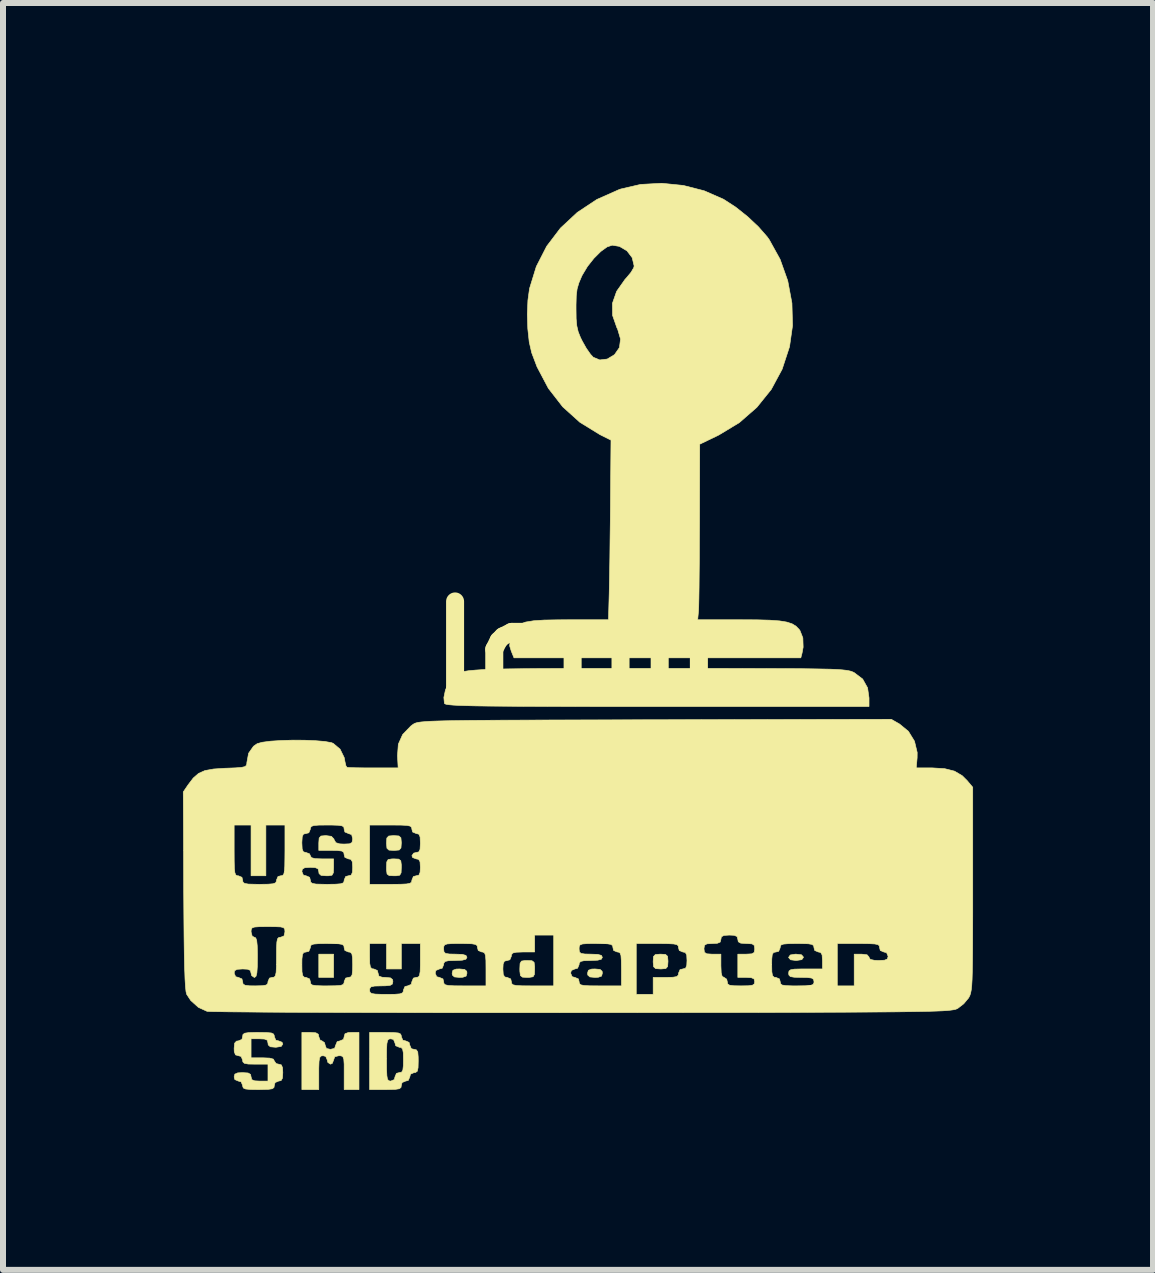
<source format=kicad_pcb>
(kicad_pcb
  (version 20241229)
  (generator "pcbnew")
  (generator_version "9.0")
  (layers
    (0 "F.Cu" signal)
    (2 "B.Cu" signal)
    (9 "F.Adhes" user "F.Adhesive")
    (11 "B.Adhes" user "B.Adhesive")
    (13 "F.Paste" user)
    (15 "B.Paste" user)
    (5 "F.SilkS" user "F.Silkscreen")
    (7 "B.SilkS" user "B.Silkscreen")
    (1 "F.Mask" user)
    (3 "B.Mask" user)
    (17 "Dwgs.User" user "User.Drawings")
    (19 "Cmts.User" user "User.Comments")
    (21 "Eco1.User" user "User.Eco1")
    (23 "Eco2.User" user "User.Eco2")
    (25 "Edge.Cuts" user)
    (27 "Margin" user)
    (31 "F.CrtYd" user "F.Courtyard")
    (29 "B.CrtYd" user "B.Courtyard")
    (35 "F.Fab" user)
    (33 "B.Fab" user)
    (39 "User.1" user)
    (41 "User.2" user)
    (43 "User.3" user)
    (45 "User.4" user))
  (footprint "Icon"
    (layer "F.Cu")
    (at 6.568 7.81)
    (property "Reference" "Icon" (at 0 0 0) (layer "F.SilkS") (effects (font (size 1.524 1.524) (thickness 0.3))))
    (attr through_hole)
    (fp_poly (pts (xy -4.057 5.433) (xy -4.304 5.433) (xy -4.304 5.045) (xy -4.057 5.045) (xy -4.057 5.433)) (stroke (width 0.01) (type solid)) (fill yes) (layer "F.SilkS"))
    (fp_poly (pts (xy -1.873 5.3) (xy -1.838 5.33) (xy -1.834 5.362) (xy -1.848 5.411) (xy -1.902 5.43) (xy -1.958 5.433) (xy -2.043 5.425) (xy -2.077 5.394) (xy -2.081 5.362) (xy -2.068 5.314) (xy -2.014 5.294) (xy -1.958 5.292) (xy -1.873 5.3)) (stroke (width 0.01) (type solid)) (fill yes) (layer "F.SilkS"))
    (fp_poly (pts (xy 0.385 5.3) (xy 0.419 5.33) (xy 0.423 5.362) (xy 0.41 5.411) (xy 0.356 5.43) (xy 0.3 5.433) (xy 0.215 5.425) (xy 0.18 5.394) (xy 0.176 5.362) (xy 0.19 5.314) (xy 0.244 5.294) (xy 0.3 5.292) (xy 0.385 5.3)) (stroke (width 0.01) (type solid)) (fill yes) (layer "F.SilkS"))
    (fp_poly (pts (xy 3.743 5.056) (xy 3.774 5.093) (xy 3.775 5.098) (xy 3.748 5.137) (xy 3.662 5.15) (xy 3.651 5.151) (xy 3.56 5.139) (xy 3.528 5.102) (xy 3.528 5.098) (xy 3.555 5.059) (xy 3.64 5.045) (xy 3.651 5.045) (xy 3.743 5.056)) (stroke (width 0.01) (type solid)) (fill yes) (layer "F.SilkS"))
    (fp_poly (pts (xy -2.972 3.461) (xy -2.937 3.488) (xy -2.928 3.557) (xy -2.928 3.598) (xy -2.932 3.689) (xy -2.955 3.729) (xy -3.015 3.739) (xy -3.052 3.739) (xy -3.131 3.735) (xy -3.166 3.709) (xy -3.175 3.64) (xy -3.175 3.598) (xy -3.171 3.508) (xy -3.148 3.468) (xy -3.088 3.458) (xy -3.052 3.457) (xy -2.972 3.461)) (stroke (width 0.01) (type solid)) (fill yes) (layer "F.SilkS"))
    (fp_poly (pts (xy -2.969 3.075) (xy -2.935 3.105) (xy -2.928 3.183) (xy -2.928 3.193) (xy -2.934 3.275) (xy -2.964 3.309) (xy -3.042 3.316) (xy -3.052 3.316) (xy -3.134 3.311) (xy -3.168 3.28) (xy -3.175 3.202) (xy -3.175 3.193) (xy -3.17 3.11) (xy -3.139 3.076) (xy -3.061 3.069) (xy -3.052 3.069) (xy -2.969 3.075)) (stroke (width 0.01) (type solid)) (fill yes) (layer "F.SilkS"))
    (fp_poly (pts (xy -0.75 5.155) (xy -0.715 5.181) (xy -0.706 5.25) (xy -0.706 5.292) (xy -0.709 5.382) (xy -0.732 5.422) (xy -0.793 5.432) (xy -0.829 5.433) (xy -0.908 5.429) (xy -0.943 5.402) (xy -0.952 5.333) (xy -0.953 5.292) (xy -0.949 5.201) (xy -0.926 5.161) (xy -0.865 5.151) (xy -0.829 5.151) (xy -0.75 5.155)) (stroke (width 0.01) (type solid)) (fill yes) (layer "F.SilkS"))
    (fp_poly (pts (xy 1.476 5.05) (xy 1.51 5.081) (xy 1.517 5.159) (xy 1.517 5.168) (xy 1.511 5.251) (xy 1.481 5.285) (xy 1.403 5.292) (xy 1.393 5.292) (xy 1.311 5.286) (xy 1.277 5.255) (xy 1.27 5.178) (xy 1.27 5.168) (xy 1.275 5.085) (xy 1.306 5.052) (xy 1.384 5.045) (xy 1.393 5.045) (xy 1.476 5.05)) (stroke (width 0.01) (type solid)) (fill yes) (layer "F.SilkS"))
    (fp_poly (pts (xy -4.353 6.356) (xy -4.312 6.38) (xy -4.304 6.421) (xy -4.282 6.478) (xy -4.251 6.491) (xy -4.208 6.521) (xy -4.198 6.562) (xy -4.177 6.617) (xy -4.11 6.632) (xy -4.041 6.616) (xy -4.022 6.562) (xy -3.997 6.503) (xy -3.951 6.491) (xy -3.892 6.466) (xy -3.881 6.421) (xy -3.867 6.372) (xy -3.813 6.352) (xy -3.757 6.35) (xy -3.634 6.35) (xy -3.634 7.303) (xy -3.881 7.303) (xy -3.881 7.02) (xy -3.881 6.88) (xy -3.887 6.796) (xy -3.903 6.754) (xy -3.932 6.74) (xy -3.969 6.738) (xy -4.038 6.755) (xy -4.057 6.809) (xy -4.079 6.866) (xy -4.11 6.879) (xy -4.153 6.85) (xy -4.163 6.809) (xy -4.188 6.75) (xy -4.233 6.738) (xy -4.268 6.744) (xy -4.29 6.771) (xy -4.3 6.834) (xy -4.304 6.946) (xy -4.304 7.02) (xy -4.304 7.303) (xy -4.586 7.303) (xy -4.586 6.35) (xy -4.445 6.35) (xy -4.353 6.356)) (stroke (width 0.01) (type solid)) (fill yes) (layer "F.SilkS"))
    (fp_poly (pts (xy 1.161 0.282) (xy 1.341 0.282) (xy 1.883 0.282) (xy 2.36 0.282) (xy 2.775 0.283) (xy 3.133 0.284) (xy 3.438 0.285) (xy 3.696 0.286) (xy 3.91 0.289) (xy 4.085 0.292) (xy 4.225 0.295) (xy 4.336 0.3) (xy 4.421 0.306) (xy 4.485 0.313) (xy 4.532 0.321) (xy 4.568 0.33) (xy 4.597 0.341) (xy 4.622 0.353) (xy 4.622 0.353) (xy 4.762 0.459) (xy 4.844 0.606) (xy 4.868 0.774) (xy 4.868 0.917) (xy 1.339 0.917) (xy 0.757 0.917) (xy 0.241 0.917) (xy -0.212 0.916) (xy -0.606 0.915) (xy -0.946 0.914) (xy -1.235 0.912) (xy -1.477 0.91) (xy -1.677 0.907) (xy -1.838 0.903) (xy -1.964 0.899) (xy -2.059 0.894) (xy -2.127 0.888) (xy -2.172 0.882) (xy -2.198 0.874) (xy -2.209 0.865) (xy -2.21 0.864) (xy -2.219 0.767) (xy -2.193 0.643) (xy -2.141 0.522) (xy -2.11 0.476) (xy -2.085 0.443) (xy -2.06 0.414) (xy -2.033 0.389) (xy -1.998 0.367) (xy -1.95 0.349) (xy -1.886 0.333) (xy -1.802 0.32) (xy -1.692 0.31) (xy -1.552 0.301) (xy -1.378 0.295) (xy -1.166 0.29) (xy -0.911 0.287) (xy -0.608 0.284) (xy -0.254 0.283) (xy 0.156 0.282) (xy 0.626 0.282) (xy 1.161 0.282)) (stroke (width 0.01) (type solid)) (fill yes) (layer "F.SilkS"))
    (fp_poly (pts (xy -3.057 6.352) (xy -2.978 6.359) (xy -2.94 6.377) (xy -2.928 6.408) (xy -2.928 6.421) (xy -2.903 6.48) (xy -2.857 6.491) (xy -2.799 6.516) (xy -2.787 6.562) (xy -2.762 6.621) (xy -2.716 6.632) (xy -2.676 6.641) (xy -2.654 6.677) (xy -2.647 6.758) (xy -2.646 6.826) (xy -2.649 6.938) (xy -2.662 6.997) (xy -2.692 7.018) (xy -2.716 7.02) (xy -2.775 7.045) (xy -2.787 7.091) (xy -2.812 7.15) (xy -2.857 7.161) (xy -2.916 7.186) (xy -2.928 7.232) (xy -2.934 7.268) (xy -2.963 7.289) (xy -3.028 7.299) (xy -3.145 7.302) (xy -3.193 7.303) (xy -3.457 7.303) (xy -3.457 6.809) (xy -3.175 6.809) (xy -3.174 6.969) (xy -3.169 7.072) (xy -3.159 7.13) (xy -3.139 7.155) (xy -3.108 7.161) (xy -3.104 7.161) (xy -3.045 7.136) (xy -3.034 7.091) (xy -3.009 7.032) (xy -2.963 7.02) (xy -2.924 7.013) (xy -2.903 6.979) (xy -2.894 6.902) (xy -2.893 6.809) (xy -2.895 6.69) (xy -2.907 6.627) (xy -2.932 6.601) (xy -2.963 6.597) (xy -3.022 6.572) (xy -3.034 6.526) (xy -3.059 6.467) (xy -3.104 6.456) (xy -3.137 6.461) (xy -3.157 6.484) (xy -3.169 6.538) (xy -3.174 6.635) (xy -3.175 6.79) (xy -3.175 6.809) (xy -3.457 6.809) (xy -3.457 6.35) (xy -3.193 6.35) (xy -3.057 6.352)) (stroke (width 0.01) (type solid)) (fill yes) (layer "F.SilkS"))
    (fp_poly (pts (xy -5.174 6.352) (xy -5.095 6.359) (xy -5.057 6.377) (xy -5.045 6.408) (xy -5.045 6.421) (xy -5.02 6.48) (xy -4.974 6.491) (xy -4.917 6.513) (xy -4.904 6.544) (xy -4.93 6.583) (xy -5.016 6.597) (xy -5.027 6.597) (xy -5.112 6.589) (xy -5.147 6.558) (xy -5.151 6.526) (xy -5.162 6.48) (xy -5.21 6.46) (xy -5.292 6.456) (xy -5.433 6.456) (xy -5.433 6.773) (xy -5.239 6.773) (xy -5.122 6.778) (xy -5.061 6.795) (xy -5.045 6.826) (xy -5.015 6.869) (xy -4.974 6.879) (xy -4.928 6.891) (xy -4.908 6.939) (xy -4.904 7.02) (xy -4.91 7.113) (xy -4.933 7.153) (xy -4.974 7.161) (xy -5.033 7.186) (xy -5.045 7.232) (xy -5.051 7.268) (xy -5.079 7.289) (xy -5.145 7.299) (xy -5.262 7.302) (xy -5.309 7.303) (xy -5.445 7.301) (xy -5.524 7.293) (xy -5.562 7.276) (xy -5.573 7.245) (xy -5.574 7.232) (xy -5.599 7.173) (xy -5.644 7.161) (xy -5.703 7.136) (xy -5.715 7.091) (xy -5.703 7.045) (xy -5.655 7.024) (xy -5.574 7.02) (xy -5.482 7.026) (xy -5.441 7.05) (xy -5.433 7.091) (xy -5.421 7.137) (xy -5.373 7.157) (xy -5.292 7.161) (xy -5.151 7.161) (xy -5.151 6.879) (xy -5.362 6.879) (xy -5.48 6.877) (xy -5.544 6.865) (xy -5.57 6.84) (xy -5.574 6.809) (xy -5.599 6.75) (xy -5.644 6.738) (xy -5.693 6.724) (xy -5.713 6.67) (xy -5.715 6.615) (xy -5.707 6.529) (xy -5.676 6.495) (xy -5.644 6.491) (xy -5.585 6.466) (xy -5.574 6.421) (xy -5.568 6.384) (xy -5.539 6.363) (xy -5.474 6.353) (xy -5.357 6.35) (xy -5.309 6.35) (xy -5.174 6.352)) (stroke (width 0.01) (type solid)) (fill yes) (layer "F.SilkS"))
    (fp_poly (pts (xy 1.772 -7.769) (xy 2.12 -7.68) (xy 2.44 -7.54) (xy 2.45 -7.534) (xy 2.643 -7.409) (xy 2.842 -7.251) (xy 3.025 -7.079) (xy 3.171 -6.912) (xy 3.205 -6.864) (xy 3.386 -6.537) (xy 3.513 -6.18) (xy 3.583 -5.807) (xy 3.593 -5.432) (xy 3.543 -5.081) (xy 3.42 -4.706) (xy 3.238 -4.368) (xy 2.998 -4.07) (xy 2.706 -3.815) (xy 2.363 -3.608) (xy 2.337 -3.595) (xy 2.046 -3.455) (xy 2.043 -2.142) (xy 2.041 -1.838) (xy 2.04 -1.551) (xy 2.037 -1.289) (xy 2.035 -1.062) (xy 2.032 -0.879) (xy 2.029 -0.748) (xy 2.026 -0.679) (xy 2.012 -0.529) (xy 2.718 -0.529) (xy 2.996 -0.528) (xy 3.212 -0.522) (xy 3.377 -0.51) (xy 3.499 -0.49) (xy 3.587 -0.461) (xy 3.652 -0.421) (xy 3.703 -0.368) (xy 3.717 -0.349) (xy 3.765 -0.227) (xy 3.77 -0.072) (xy 3.752 0.026) (xy 3.731 0.106) (xy -1.05 0.106) (xy -1.095 -0.005) (xy -1.122 -0.092) (xy -1.116 -0.177) (xy -1.091 -0.26) (xy -1.056 -0.345) (xy -1.011 -0.41) (xy -0.947 -0.457) (xy -0.854 -0.491) (xy -0.724 -0.512) (xy -0.547 -0.524) (xy -0.315 -0.528) (xy -0.134 -0.529) (xy 0.525 -0.529) (xy 0.537 -0.961) (xy 0.54 -1.111) (xy 0.544 -1.318) (xy 0.548 -1.567) (xy 0.551 -1.846) (xy 0.555 -2.139) (xy 0.558 -2.433) (xy 0.558 -2.458) (xy 0.567 -3.523) (xy 0.381 -3.616) (xy 0.048 -3.821) (xy -0.238 -4.079) (xy -0.477 -4.387) (xy -0.666 -4.745) (xy -0.755 -4.98) (xy -0.796 -5.159) (xy -0.82 -5.381) (xy -0.828 -5.621) (xy -0.824 -5.715) (xy -0.016 -5.715) (xy -0.014 -5.548) (xy -0.003 -5.428) (xy 0.02 -5.33) (xy 0.059 -5.232) (xy 0.088 -5.174) (xy 0.155 -5.055) (xy 0.224 -4.956) (xy 0.271 -4.905) (xy 0.38 -4.86) (xy 0.505 -4.875) (xy 0.625 -4.948) (xy 0.626 -4.949) (xy 0.708 -5.067) (xy 0.726 -5.209) (xy 0.678 -5.372) (xy 0.664 -5.4) (xy 0.593 -5.603) (xy 0.591 -5.804) (xy 0.661 -6.004) (xy 0.801 -6.203) (xy 0.831 -6.236) (xy 0.902 -6.322) (xy 0.946 -6.398) (xy 0.953 -6.426) (xy 0.92 -6.565) (xy 0.833 -6.679) (xy 0.707 -6.753) (xy 0.587 -6.773) (xy 0.501 -6.744) (xy 0.395 -6.667) (xy 0.282 -6.554) (xy 0.175 -6.419) (xy 0.089 -6.276) (xy 0.077 -6.252) (xy 0.031 -6.143) (xy 0.002 -6.044) (xy -0.012 -5.931) (xy -0.016 -5.779) (xy -0.016 -5.715) (xy -0.824 -5.715) (xy -0.818 -5.854) (xy -0.791 -6.05) (xy -0.678 -6.417) (xy -0.505 -6.755) (xy -0.275 -7.058) (xy 0.005 -7.319) (xy 0.331 -7.535) (xy 0.698 -7.698) (xy 0.732 -7.71) (xy 1.061 -7.786) (xy 1.414 -7.805) (xy 1.772 -7.769)) (stroke (width 0.01) (type solid)) (fill yes) (layer "F.SilkS"))
    (fp_poly (pts (xy 5.377 1.209) (xy 5.525 1.331) (xy 5.626 1.495) (xy 5.671 1.683) (xy 5.67 1.773) (xy 5.655 1.94) (xy 5.915 1.94) (xy 6.129 1.953) (xy 6.292 1.994) (xy 6.42 2.069) (xy 6.502 2.15) (xy 6.597 2.263) (xy 6.597 3.963) (xy 6.597 4.354) (xy 6.596 4.68) (xy 6.595 4.949) (xy 6.593 5.166) (xy 6.59 5.338) (xy 6.586 5.47) (xy 6.58 5.569) (xy 6.572 5.642) (xy 6.562 5.694) (xy 6.55 5.732) (xy 6.535 5.762) (xy 6.528 5.775) (xy 6.447 5.872) (xy 6.346 5.95) (xy 6.343 5.951) (xy 6.326 5.959) (xy 6.303 5.967) (xy 6.271 5.973) (xy 6.228 5.979) (xy 6.17 5.985) (xy 6.093 5.99) (xy 5.995 5.994) (xy 5.872 5.998) (xy 5.722 6.001) (xy 5.541 6.004) (xy 5.327 6.007) (xy 5.075 6.009) (xy 4.783 6.011) (xy 4.448 6.013) (xy 4.066 6.014) (xy 3.635 6.016) (xy 3.151 6.017) (xy 2.611 6.018) (xy 2.012 6.018) (xy 1.351 6.019) (xy 0.625 6.02) (xy 0.088 6.02) (xy -0.566 6.021) (xy -1.203 6.021) (xy -1.817 6.021) (xy -2.406 6.02) (xy -2.967 6.019) (xy -3.494 6.018) (xy -3.985 6.017) (xy -4.436 6.015) (xy -4.843 6.014) (xy -5.202 6.012) (xy -5.511 6.009) (xy -5.765 6.007) (xy -5.96 6.004) (xy -6.093 6.002) (xy -6.16 5.999) (xy -6.167 5.998) (xy -6.311 5.932) (xy -6.438 5.818) (xy -6.506 5.715) (xy -6.517 5.671) (xy -6.526 5.587) (xy -6.534 5.457) (xy -6.537 5.362) (xy -5.715 5.362) (xy -5.69 5.421) (xy -5.644 5.433) (xy -5.585 5.458) (xy -5.574 5.503) (xy -5.566 5.543) (xy -5.532 5.564) (xy -5.456 5.573) (xy -5.362 5.574) (xy -5.244 5.571) (xy -5.18 5.56) (xy -5.154 5.535) (xy -5.151 5.503) (xy -5.126 5.444) (xy -5.08 5.433) (xy -5.047 5.428) (xy -5.027 5.404) (xy -5.015 5.348) (xy -5.01 5.247) (xy -5.01 5.221) (xy -4.586 5.221) (xy -4.584 5.339) (xy -4.572 5.403) (xy -4.547 5.429) (xy -4.516 5.433) (xy -4.457 5.458) (xy -4.445 5.503) (xy -4.439 5.538) (xy -4.412 5.56) (xy -4.349 5.57) (xy -4.237 5.574) (xy -4.163 5.574) (xy -4.022 5.572) (xy -3.938 5.566) (xy -3.896 5.55) (xy -3.882 5.522) (xy -3.881 5.503) (xy -3.856 5.444) (xy -3.81 5.433) (xy -3.771 5.425) (xy -3.749 5.391) (xy -3.741 5.315) (xy -3.739 5.221) (xy -3.742 5.103) (xy -3.753 5.039) (xy -3.779 5.013) (xy -3.81 5.009) (xy -3.869 4.984) (xy -3.881 4.939) (xy -3.886 4.904) (xy -3.914 4.883) (xy -3.976 4.872) (xy -4.088 4.869) (xy -4.163 4.868) (xy -3.457 4.868) (xy -3.457 5.08) (xy -3.455 5.198) (xy -3.443 5.262) (xy -3.418 5.288) (xy -3.387 5.292) (xy -3.328 5.317) (xy -3.316 5.362) (xy -3.302 5.411) (xy -3.248 5.43) (xy -3.193 5.433) (xy -3.108 5.441) (xy -3.073 5.471) (xy -3.069 5.503) (xy -3.078 5.544) (xy -3.114 5.565) (xy -3.195 5.573) (xy -3.263 5.574) (xy -3.375 5.577) (xy -3.434 5.59) (xy -3.455 5.62) (xy -3.457 5.644) (xy -3.451 5.68) (xy -3.424 5.701) (xy -3.362 5.711) (xy -3.249 5.715) (xy -3.175 5.715) (xy -3.034 5.714) (xy -2.95 5.707) (xy -2.908 5.691) (xy -2.894 5.663) (xy -2.893 5.644) (xy -2.868 5.585) (xy -2.822 5.574) (xy -2.763 5.549) (xy -2.752 5.503) (xy -2.727 5.444) (xy -2.681 5.433) (xy -2.646 5.427) (xy -2.625 5.4) (xy -2.619 5.362) (xy -2.364 5.362) (xy -2.339 5.421) (xy -2.293 5.433) (xy -2.234 5.458) (xy -2.223 5.503) (xy -2.218 5.535) (xy -2.195 5.556) (xy -2.141 5.568) (xy -2.043 5.573) (xy -1.889 5.574) (xy -1.87 5.574) (xy -1.517 5.574) (xy -1.517 5.292) (xy -1.235 5.292) (xy -1.229 5.384) (xy -1.205 5.425) (xy -1.164 5.433) (xy -1.105 5.458) (xy -1.094 5.503) (xy -1.089 5.535) (xy -1.066 5.556) (xy -1.012 5.568) (xy -0.914 5.573) (xy -0.76 5.574) (xy -0.741 5.574) (xy -0.388 5.574) (xy -0.388 5.362) (xy -0.106 5.362) (xy -0.081 5.421) (xy -0.035 5.433) (xy 0.024 5.458) (xy 0.035 5.503) (xy 0.04 5.535) (xy 0.063 5.556) (xy 0.117 5.568) (xy 0.215 5.573) (xy 0.369 5.574) (xy 0.388 5.574) (xy 0.741 5.574) (xy 0.741 5.292) (xy 0.739 5.151) (xy 0.733 5.067) (xy 0.717 5.025) (xy 0.689 5.01) (xy 0.67 5.009) (xy 0.611 4.984) (xy 0.6 4.939) (xy 0.594 4.904) (xy 0.567 4.883) (xy 0.504 4.872) (xy 0.392 4.869) (xy 0.318 4.868) (xy 0.988 4.868) (xy 0.988 5.715) (xy 1.27 5.715) (xy 1.27 5.433) (xy 1.482 5.433) (xy 1.6 5.43) (xy 1.664 5.419) (xy 1.689 5.393) (xy 1.693 5.362) (xy 1.718 5.303) (xy 1.764 5.292) (xy 1.81 5.28) (xy 1.83 5.232) (xy 1.834 5.151) (xy 1.829 5.058) (xy 1.805 5.017) (xy 1.764 5.009) (xy 1.705 4.984) (xy 1.698 4.957) (xy 2.117 4.957) (xy 2.124 5.013) (xy 2.161 5.039) (xy 2.245 5.045) (xy 2.258 5.045) (xy 2.399 5.045) (xy 2.399 5.239) (xy 2.404 5.356) (xy 2.42 5.416) (xy 2.452 5.433) (xy 2.495 5.462) (xy 2.505 5.503) (xy 2.512 5.542) (xy 2.544 5.563) (xy 2.616 5.572) (xy 2.734 5.574) (xy 2.858 5.572) (xy 2.927 5.562) (xy 2.957 5.54) (xy 2.963 5.503) (xy 2.951 5.457) (xy 2.904 5.437) (xy 2.822 5.433) (xy 2.681 5.433) (xy 2.681 5.221) (xy 3.246 5.221) (xy 3.248 5.339) (xy 3.259 5.403) (xy 3.285 5.429) (xy 3.316 5.433) (xy 3.375 5.458) (xy 3.387 5.503) (xy 3.393 5.538) (xy 3.42 5.56) (xy 3.482 5.57) (xy 3.594 5.574) (xy 3.669 5.574) (xy 3.81 5.572) (xy 3.894 5.566) (xy 3.936 5.55) (xy 3.95 5.522) (xy 3.951 5.503) (xy 3.943 5.464) (xy 3.909 5.443) (xy 3.833 5.434) (xy 3.739 5.433) (xy 3.621 5.43) (xy 3.557 5.419) (xy 3.532 5.393) (xy 3.528 5.362) (xy 3.534 5.327) (xy 3.561 5.306) (xy 3.623 5.295) (xy 3.736 5.292) (xy 3.81 5.292) (xy 4.092 5.292) (xy 4.092 5.151) (xy 4.086 5.058) (xy 4.062 5.017) (xy 4.022 5.009) (xy 3.963 4.984) (xy 3.951 4.939) (xy 3.945 4.904) (xy 3.918 4.883) (xy 3.856 4.872) (xy 3.743 4.869) (xy 3.669 4.868) (xy 4.339 4.868) (xy 4.339 5.574) (xy 4.621 5.574) (xy 4.621 5.045) (xy 4.745 5.045) (xy 4.836 5.056) (xy 4.868 5.093) (xy 4.868 5.098) (xy 4.889 5.133) (xy 4.96 5.148) (xy 5.027 5.151) (xy 5.126 5.146) (xy 5.173 5.127) (xy 5.186 5.085) (xy 5.186 5.08) (xy 5.161 5.021) (xy 5.115 5.009) (xy 5.056 4.984) (xy 5.045 4.939) (xy 5.04 4.907) (xy 5.017 4.886) (xy 4.963 4.875) (xy 4.865 4.87) (xy 4.711 4.868) (xy 4.692 4.868) (xy 4.339 4.868) (xy 3.669 4.868) (xy 3.528 4.87) (xy 3.444 4.877) (xy 3.402 4.892) (xy 3.388 4.92) (xy 3.387 4.939) (xy 3.362 4.998) (xy 3.316 5.009) (xy 3.277 5.017) (xy 3.255 5.051) (xy 3.247 5.127) (xy 3.246 5.221) (xy 2.681 5.221) (xy 2.681 5.045) (xy 2.822 5.045) (xy 2.913 5.04) (xy 2.954 5.017) (xy 2.963 4.964) (xy 2.963 4.957) (xy 2.956 4.9) (xy 2.919 4.874) (xy 2.835 4.868) (xy 2.822 4.868) (xy 2.73 4.862) (xy 2.689 4.839) (xy 2.681 4.798) (xy 2.669 4.752) (xy 2.621 4.731) (xy 2.54 4.727) (xy 2.448 4.733) (xy 2.407 4.757) (xy 2.399 4.798) (xy 2.387 4.844) (xy 2.339 4.864) (xy 2.258 4.868) (xy 2.167 4.873) (xy 2.126 4.896) (xy 2.117 4.949) (xy 2.117 4.957) (xy 1.698 4.957) (xy 1.693 4.939) (xy 1.688 4.907) (xy 1.665 4.886) (xy 1.611 4.875) (xy 1.514 4.87) (xy 1.359 4.868) (xy 1.341 4.868) (xy 0.988 4.868) (xy 0.318 4.868) (xy 0.178 4.869) (xy 0.094 4.875) (xy 0.052 4.89) (xy 0.037 4.919) (xy 0.035 4.957) (xy 0.04 5.007) (xy 0.067 5.033) (xy 0.132 5.043) (xy 0.229 5.045) (xy 0.346 5.049) (xy 0.407 5.066) (xy 0.423 5.098) (xy 0.406 5.13) (xy 0.345 5.146) (xy 0.229 5.151) (xy 0.117 5.154) (xy 0.059 5.167) (xy 0.037 5.196) (xy 0.035 5.221) (xy 0.01 5.28) (xy -0.035 5.292) (xy -0.094 5.317) (xy -0.106 5.362) (xy -0.388 5.362) (xy -0.388 4.727) (xy -0.706 4.727) (xy -0.706 5.009) (xy -0.9 5.009) (xy -1.012 5.013) (xy -1.07 5.026) (xy -1.092 5.055) (xy -1.094 5.08) (xy -1.119 5.139) (xy -1.164 5.151) (xy -1.21 5.162) (xy -1.231 5.21) (xy -1.235 5.292) (xy -1.517 5.292) (xy -1.518 5.151) (xy -1.525 5.067) (xy -1.541 5.025) (xy -1.569 5.01) (xy -1.587 5.009) (xy -1.646 4.984) (xy -1.658 4.939) (xy -1.664 4.904) (xy -1.691 4.883) (xy -1.754 4.872) (xy -1.866 4.869) (xy -1.94 4.868) (xy -2.08 4.869) (xy -2.164 4.875) (xy -2.206 4.89) (xy -2.221 4.919) (xy -2.223 4.957) (xy -2.217 5.007) (xy -2.191 5.033) (xy -2.125 5.043) (xy -2.028 5.045) (xy -1.911 5.049) (xy -1.851 5.066) (xy -1.834 5.098) (xy -1.852 5.13) (xy -1.913 5.146) (xy -2.028 5.151) (xy -2.141 5.154) (xy -2.199 5.167) (xy -2.22 5.196) (xy -2.223 5.221) (xy -2.247 5.28) (xy -2.293 5.292) (xy -2.352 5.317) (xy -2.364 5.362) (xy -2.619 5.362) (xy -2.614 5.337) (xy -2.611 5.225) (xy -2.611 5.151) (xy -2.611 4.868) (xy -2.928 4.868) (xy -2.928 5.292) (xy -3.175 5.292) (xy -3.175 4.868) (xy -3.457 4.868) (xy -4.163 4.868) (xy -4.303 4.87) (xy -4.388 4.877) (xy -4.43 4.892) (xy -4.444 4.92) (xy -4.445 4.939) (xy -4.47 4.998) (xy -4.516 5.009) (xy -4.555 5.017) (xy -4.576 5.051) (xy -4.585 5.127) (xy -4.586 5.221) (xy -5.01 5.221) (xy -5.009 5.098) (xy -5.008 4.942) (xy -5.003 4.844) (xy -4.992 4.79) (xy -4.97 4.767) (xy -4.939 4.763) (xy -4.884 4.742) (xy -4.868 4.674) (xy -4.871 4.631) (xy -4.89 4.604) (xy -4.939 4.591) (xy -5.032 4.587) (xy -5.151 4.586) (xy -5.291 4.587) (xy -5.374 4.593) (xy -5.416 4.608) (xy -5.431 4.637) (xy -5.433 4.674) (xy -5.414 4.745) (xy -5.38 4.763) (xy -5.355 4.774) (xy -5.339 4.818) (xy -5.33 4.906) (xy -5.327 5.049) (xy -5.327 5.098) (xy -5.329 5.257) (xy -5.336 5.358) (xy -5.35 5.413) (xy -5.372 5.432) (xy -5.38 5.433) (xy -5.423 5.403) (xy -5.433 5.362) (xy -5.445 5.316) (xy -5.492 5.296) (xy -5.574 5.292) (xy -5.666 5.298) (xy -5.707 5.321) (xy -5.715 5.362) (xy -6.537 5.362) (xy -6.541 5.277) (xy -6.546 5.043) (xy -6.55 4.752) (xy -6.553 4.398) (xy -6.556 3.984) (xy -6.56 2.893) (xy -5.715 2.893) (xy -5.715 3.316) (xy -5.714 3.495) (xy -5.711 3.615) (xy -5.703 3.687) (xy -5.688 3.725) (xy -5.665 3.738) (xy -5.644 3.739) (xy -5.585 3.764) (xy -5.574 3.81) (xy -5.568 3.845) (xy -5.541 3.866) (xy -5.478 3.877) (xy -5.366 3.88) (xy -5.292 3.881) (xy -5.151 3.879) (xy -5.067 3.872) (xy -5.025 3.857) (xy -5.01 3.829) (xy -5.009 3.81) (xy -4.984 3.751) (xy -4.939 3.739) (xy -4.909 3.735) (xy -4.889 3.715) (xy -4.877 3.667) (xy -4.871 3.579) (xy -4.869 3.441) (xy -4.868 3.316) (xy -4.868 3.193) (xy -4.586 3.193) (xy -4.581 3.292) (xy -4.562 3.339) (xy -4.521 3.351) (xy -4.516 3.351) (xy -4.458 3.373) (xy -4.445 3.404) (xy -4.428 3.436) (xy -4.366 3.453) (xy -4.251 3.457) (xy -4.057 3.457) (xy -4.057 3.598) (xy -4.061 3.689) (xy -4.084 3.729) (xy -4.144 3.739) (xy -4.18 3.739) (xy -4.266 3.732) (xy -4.3 3.701) (xy -4.304 3.669) (xy -4.316 3.623) (xy -4.364 3.602) (xy -4.445 3.598) (xy -4.537 3.604) (xy -4.578 3.628) (xy -4.586 3.669) (xy -4.561 3.728) (xy -4.516 3.739) (xy -4.457 3.764) (xy -4.445 3.81) (xy -4.439 3.845) (xy -4.412 3.866) (xy -4.349 3.877) (xy -4.237 3.88) (xy -4.163 3.881) (xy -4.022 3.879) (xy -3.938 3.872) (xy -3.896 3.857) (xy -3.882 3.829) (xy -3.881 3.81) (xy -3.856 3.751) (xy -3.81 3.739) (xy -3.764 3.728) (xy -3.743 3.68) (xy -3.739 3.598) (xy -3.745 3.506) (xy -3.769 3.465) (xy -3.81 3.457) (xy -3.869 3.432) (xy -3.881 3.387) (xy -3.888 3.347) (xy -3.922 3.326) (xy -3.998 3.317) (xy -4.092 3.316) (xy -4.304 3.316) (xy -4.304 3.193) (xy -4.298 3.11) (xy -4.268 3.076) (xy -4.191 3.069) (xy -4.185 3.069) (xy -4.094 3.081) (xy -4.052 3.125) (xy -4.047 3.14) (xy -4.019 3.187) (xy -3.955 3.207) (xy -3.884 3.21) (xy -3.792 3.206) (xy -3.75 3.184) (xy -3.74 3.133) (xy -3.739 3.122) (xy -3.756 3.053) (xy -3.81 3.034) (xy -3.869 3.009) (xy -3.881 2.963) (xy -3.886 2.928) (xy -3.914 2.907) (xy -3.976 2.897) (xy -4.088 2.893) (xy -4.163 2.893) (xy -3.457 2.893) (xy -3.457 3.881) (xy -3.104 3.881) (xy -2.944 3.88) (xy -2.841 3.875) (xy -2.783 3.864) (xy -2.758 3.845) (xy -2.752 3.814) (xy -2.752 3.81) (xy -2.727 3.751) (xy -2.681 3.739) (xy -2.635 3.728) (xy -2.615 3.68) (xy -2.611 3.598) (xy -2.616 3.506) (xy -2.64 3.465) (xy -2.681 3.457) (xy -2.739 3.435) (xy -2.752 3.404) (xy -2.722 3.361) (xy -2.681 3.351) (xy -2.637 3.341) (xy -2.616 3.298) (xy -2.611 3.204) (xy -2.611 3.193) (xy -2.615 3.093) (xy -2.634 3.047) (xy -2.676 3.034) (xy -2.681 3.034) (xy -2.74 3.009) (xy -2.752 2.963) (xy -2.757 2.931) (xy -2.78 2.911) (xy -2.834 2.899) (xy -2.931 2.894) (xy -3.086 2.893) (xy -3.104 2.893) (xy -3.457 2.893) (xy -4.163 2.893) (xy -4.303 2.894) (xy -4.388 2.901) (xy -4.43 2.917) (xy -4.444 2.945) (xy -4.445 2.963) (xy -4.47 3.022) (xy -4.516 3.034) (xy -4.56 3.044) (xy -4.58 3.087) (xy -4.586 3.181) (xy -4.586 3.193) (xy -4.868 3.193) (xy -4.868 2.893) (xy -5.186 2.893) (xy -5.186 3.739) (xy -5.433 3.739) (xy -5.433 2.893) (xy -5.715 2.893) (xy -6.56 2.893) (xy -6.563 2.341) (xy -6.483 2.223) (xy -6.397 2.11) (xy -6.309 2.033) (xy -6.202 1.985) (xy -6.059 1.959) (xy -5.864 1.946) (xy -5.854 1.946) (xy -5.694 1.94) (xy -5.592 1.932) (xy -5.535 1.919) (xy -5.51 1.897) (xy -5.503 1.864) (xy -5.503 1.851) (xy -5.474 1.696) (xy -5.392 1.579) (xy -5.33 1.536) (xy -5.246 1.513) (xy -5.109 1.495) (xy -4.935 1.484) (xy -4.74 1.478) (xy -4.542 1.479) (xy -4.357 1.487) (xy -4.202 1.5) (xy -4.092 1.52) (xy -4.063 1.532) (xy -3.949 1.628) (xy -3.88 1.769) (xy -3.868 1.835) (xy -3.852 1.905) (xy -3.834 1.931) (xy -3.791 1.935) (xy -3.693 1.938) (xy -3.553 1.94) (xy -3.395 1.94) (xy -2.981 1.94) (xy -2.992 1.737) (xy -2.978 1.545) (xy -2.906 1.384) (xy -2.77 1.243) (xy -2.74 1.22) (xy -2.724 1.209) (xy -2.706 1.199) (xy -2.681 1.19) (xy -2.647 1.182) (xy -2.598 1.175) (xy -2.531 1.169) (xy -2.442 1.163) (xy -2.327 1.159) (xy -2.182 1.155) (xy -2.004 1.152) (xy -1.787 1.149) (xy -1.529 1.147) (xy -1.225 1.145) (xy -0.872 1.144) (xy -0.465 1.142) (xy 0.000044 1.141) (xy 0.526 1.14) (xy 1.118 1.138) (xy 1.299 1.138) (xy 5.239 1.13) (xy 5.377 1.209)) (stroke (width 0.01) (type solid)) (fill yes) (layer "F.SilkS")))
  (gr_rect
    (start -3 -3)
    (end 16.17 18.118)
    (stroke (width 0.1) (type default))
    (fill no)
    (layer "Edge.Cuts")))
</source>
